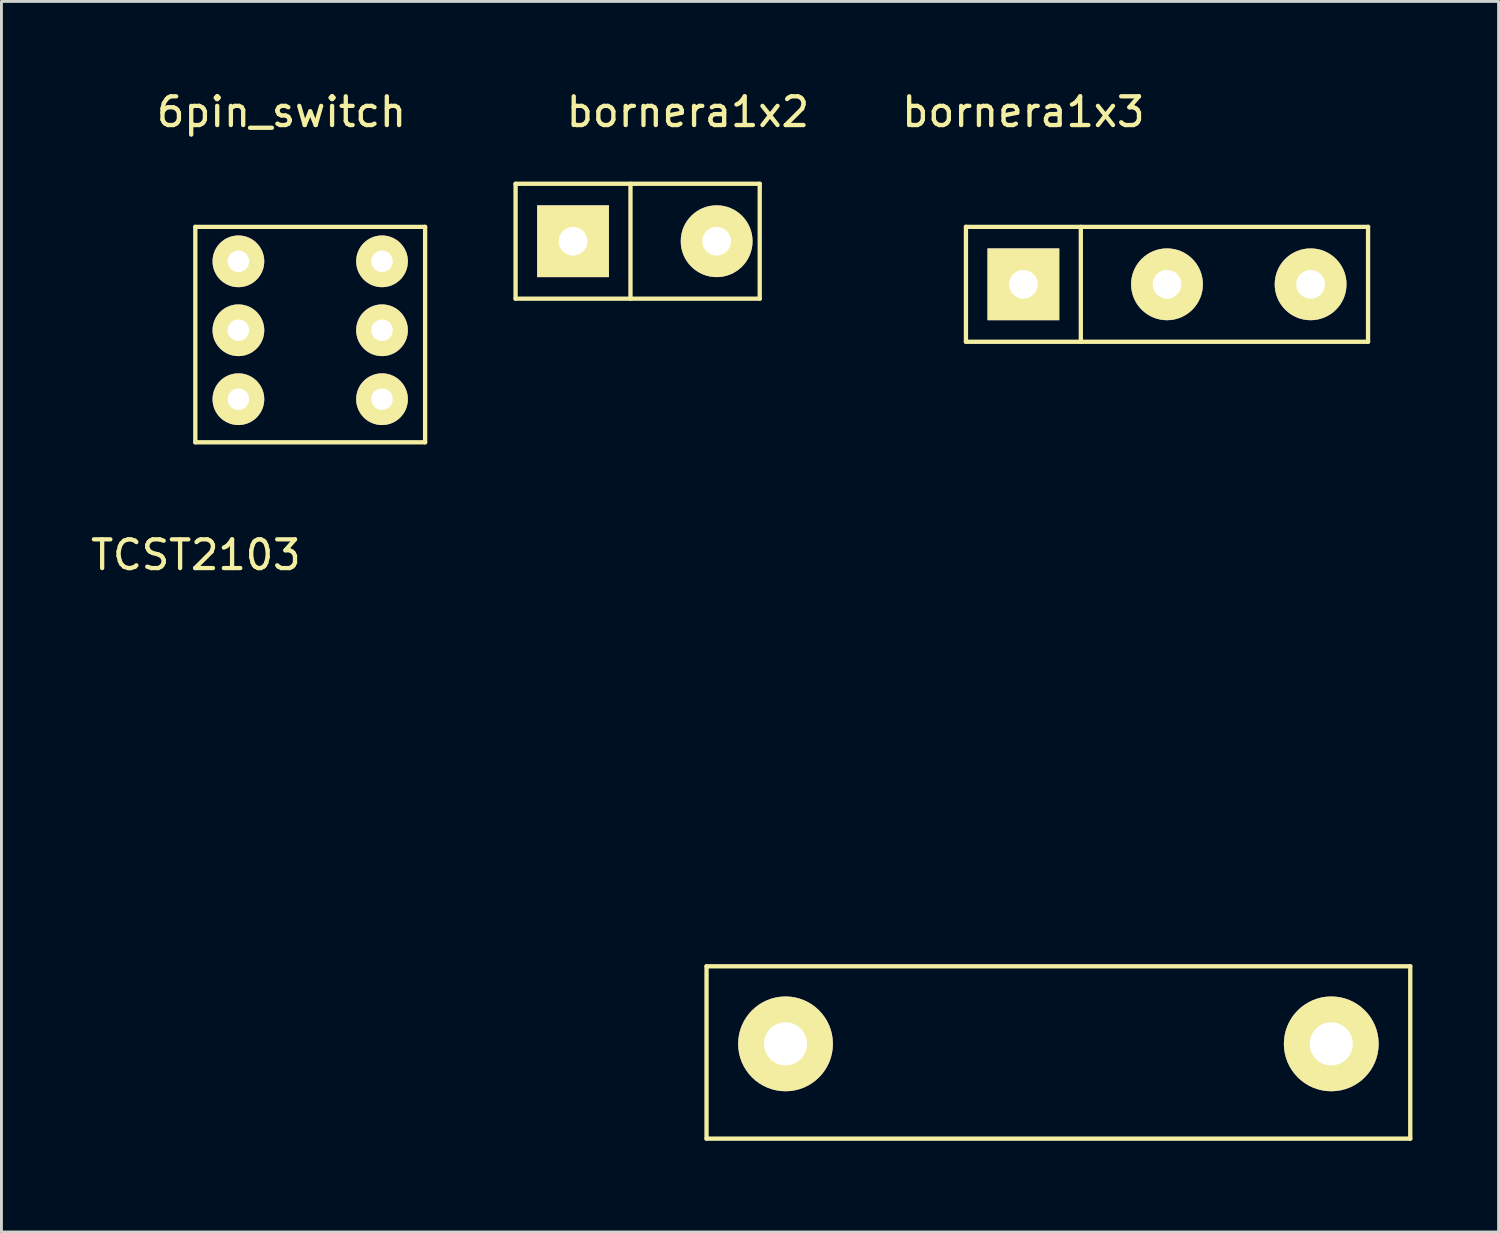
<source format=kicad_pcb>
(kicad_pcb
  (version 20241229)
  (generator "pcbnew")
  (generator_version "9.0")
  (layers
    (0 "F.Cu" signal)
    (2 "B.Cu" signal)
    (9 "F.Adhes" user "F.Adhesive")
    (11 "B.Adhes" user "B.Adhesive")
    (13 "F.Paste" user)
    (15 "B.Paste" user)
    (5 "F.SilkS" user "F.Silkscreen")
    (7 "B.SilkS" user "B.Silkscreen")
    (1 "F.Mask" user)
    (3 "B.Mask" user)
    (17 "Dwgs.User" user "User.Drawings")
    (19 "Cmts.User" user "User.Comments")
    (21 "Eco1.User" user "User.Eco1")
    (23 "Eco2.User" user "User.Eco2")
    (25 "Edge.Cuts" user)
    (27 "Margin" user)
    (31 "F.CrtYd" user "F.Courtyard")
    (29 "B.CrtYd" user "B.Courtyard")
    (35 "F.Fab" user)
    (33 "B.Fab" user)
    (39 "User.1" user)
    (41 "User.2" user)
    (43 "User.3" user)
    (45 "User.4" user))
  (footprint "TCST2103"
    (layer "F.Cu")
    (at 21.548 36.592)
    (property "Reference" "TCST2103" (at -17.78 -20.32 0) (layer "F.SilkS") (effects (font (size 1 1) (thickness 0.15))))
    (attr through_hole)
    (fp_line (start 0 -6) (end 0 0) (stroke (width 0.15) (type solid)) (layer "F.SilkS"))
    (fp_line (start 0 0) (end 24.5 0) (stroke (width 0.15) (type solid)) (layer "F.SilkS"))
    (fp_line (start 24.5 -6) (end 0 -6) (stroke (width 0.15) (type solid)) (layer "F.SilkS"))
    (fp_line (start 24.5 0) (end 24.5 -6) (stroke (width 0.15) (type solid)) (layer "F.SilkS"))
    (pad "1" thru_hole circle (at 2.75 -3.3) (size 3.3 3.3) (drill 1.5) (layers "*.Cu" "*.Mask" "F.SilkS"))
    (pad "2" thru_hole circle (at 21.75 -3.3) (size 3.3 3.3) (drill 1.5) (layers "*.Cu" "*.Mask" "F.SilkS")))
  (footprint "bornera1x2"
    (layer "F.Cu")
    (at 16.9 5.348)
    (property "Reference" "bornera1x2" (at 4 -4.5 0) (layer "F.SilkS") (effects (font (size 1 1) (thickness 0.15))))
    (attr through_hole)
    (fp_line (start -2 -2) (end -2 2) (stroke (width 0.15) (type solid)) (layer "F.SilkS"))
    (fp_line (start -2 2) (end 6.5 2) (stroke (width 0.15) (type solid)) (layer "F.SilkS"))
    (fp_line (start 2 -2) (end 2 2) (stroke (width 0.15) (type solid)) (layer "F.SilkS"))
    (fp_line (start 6.5 -2) (end -2 -2) (stroke (width 0.15) (type solid)) (layer "F.SilkS"))
    (fp_line (start 6.5 2) (end 6.5 -2) (stroke (width 0.15) (type solid)) (layer "F.SilkS"))
    (pad "1" thru_hole rect (at 0 0) (size 2.5 2.5) (drill 1) (layers "*.Cu" "*.Mask" "F.SilkS"))
    (pad "2" thru_hole circle (at 5 0) (size 2.5 2.5) (drill 1) (layers "*.Cu" "*.Mask" "F.SilkS")))
  (footprint "bornera1x3"
    (layer "F.Cu")
    (at 32.579 6.848)
    (property "Reference" "bornera1x3" (at 0 -6 0) (layer "F.SilkS") (effects (font (size 1 1) (thickness 0.15))))
    (attr through_hole)
    (fp_line (start -2 -2) (end -2 2) (stroke (width 0.15) (type solid)) (layer "F.SilkS"))
    (fp_line (start -2 2) (end 12 2) (stroke (width 0.15) (type solid)) (layer "F.SilkS"))
    (fp_line (start 2 -2) (end 2 2) (stroke (width 0.15) (type solid)) (layer "F.SilkS"))
    (fp_line (start 12 -2) (end -2 -2) (stroke (width 0.15) (type solid)) (layer "F.SilkS"))
    (fp_line (start 12 2) (end 12 -2) (stroke (width 0.15) (type solid)) (layer "F.SilkS"))
    (pad "1" thru_hole rect (at 0 0) (size 2.5 2.5) (drill 1) (layers "*.Cu" "*.Mask" "F.SilkS"))
    (pad "2" thru_hole circle (at 5 0) (size 2.5 2.5) (drill 1) (layers "*.Cu" "*.Mask" "F.SilkS"))
    (pad "3" thru_hole circle (at 10 0) (size 2.5 2.5) (drill 1) (layers "*.Cu" "*.Mask" "F.SilkS")))
  (footprint "6pin_switch"
    (layer "F.Cu")
    (at 0.25 10.848)
    (property "Reference" "6pin_switch" (at 6.5 -10 0) (layer "F.SilkS") (effects (font (size 1 1) (thickness 0.15))))
    (attr through_hole)
    (fp_line (start 3.5 -6) (end 3.5 1.5) (stroke (width 0.15) (type solid)) (layer "F.SilkS"))
    (fp_line (start 3.5 1.5) (end 11.5 1.5) (stroke (width 0.15) (type solid)) (layer "F.SilkS"))
    (fp_line (start 11.5 -6) (end 3.5 -6) (stroke (width 0.15) (type solid)) (layer "F.SilkS"))
    (fp_line (start 11.5 1.5) (end 11.5 -6) (stroke (width 0.15) (type solid)) (layer "F.SilkS"))
    (pad "1" thru_hole circle (at 5 -4.8) (size 1.8 1.8) (drill 0.75) (layers "*.Cu" "*.Mask" "F.SilkS"))
    (pad "2" thru_hole circle (at 5 -2.4) (size 1.8 1.8) (drill 0.75) (layers "*.Cu" "*.Mask" "F.SilkS"))
    (pad "3" thru_hole circle (at 5 0) (size 1.8 1.8) (drill 0.75) (layers "*.Cu" "*.Mask" "F.SilkS"))
    (pad "4" thru_hole circle (at 10 0) (size 1.8 1.8) (drill 0.75) (layers "*.Cu" "*.Mask" "F.SilkS"))
    (pad "5" thru_hole circle (at 10 -2.4) (size 1.8 1.8) (drill 0.75) (layers "*.Cu" "*.Mask" "F.SilkS"))
    (pad "6" thru_hole circle (at 10 -4.8) (size 1.8 1.8) (drill 0.75) (layers "*.Cu" "*.Mask" "F.SilkS")))
  (gr_rect
    (start -3 -3)
    (end 49.123 39.842)
    (stroke (width 0.1) (type default))
    (fill no)
    (layer "Edge.Cuts")))
</source>
